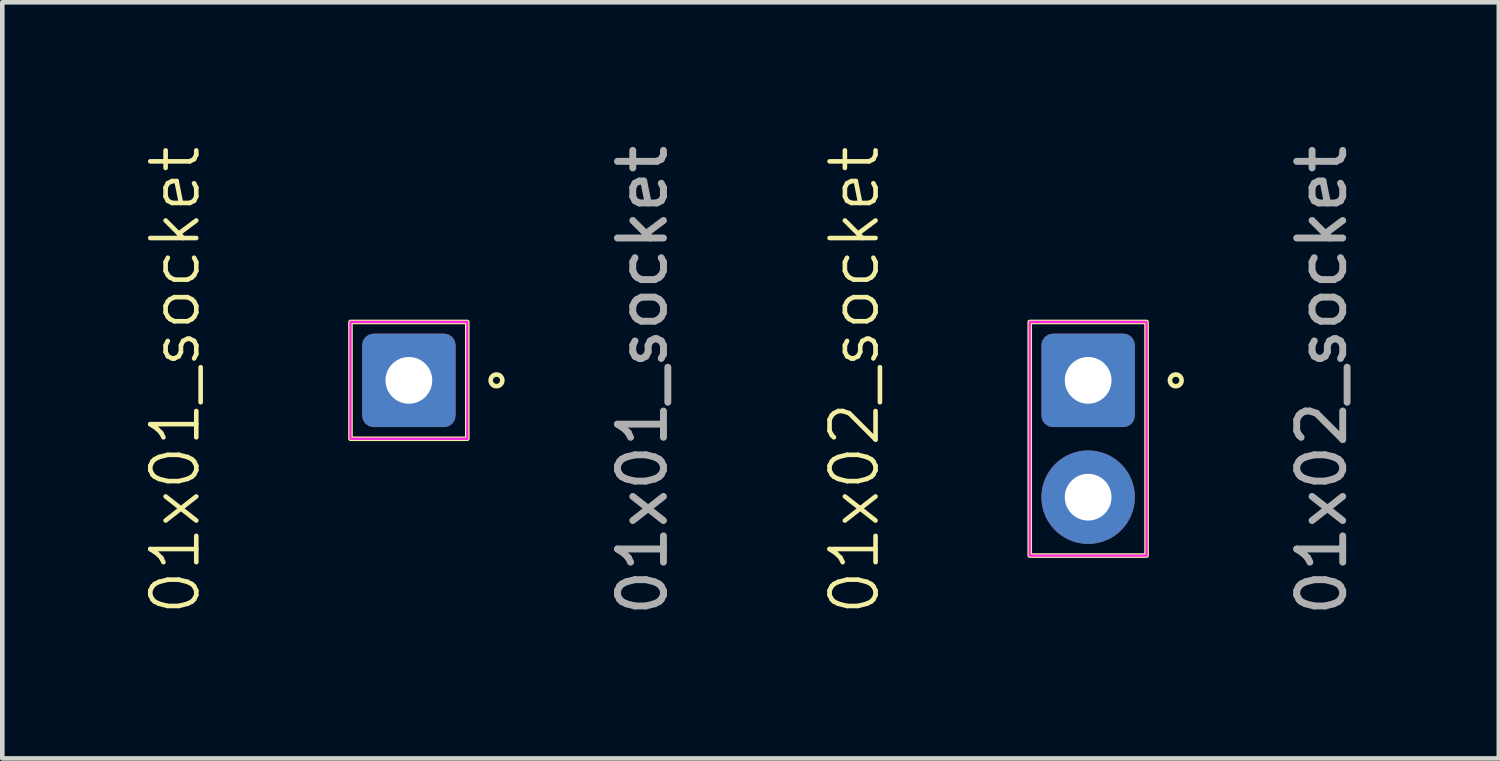
<source format=kicad_pcb>
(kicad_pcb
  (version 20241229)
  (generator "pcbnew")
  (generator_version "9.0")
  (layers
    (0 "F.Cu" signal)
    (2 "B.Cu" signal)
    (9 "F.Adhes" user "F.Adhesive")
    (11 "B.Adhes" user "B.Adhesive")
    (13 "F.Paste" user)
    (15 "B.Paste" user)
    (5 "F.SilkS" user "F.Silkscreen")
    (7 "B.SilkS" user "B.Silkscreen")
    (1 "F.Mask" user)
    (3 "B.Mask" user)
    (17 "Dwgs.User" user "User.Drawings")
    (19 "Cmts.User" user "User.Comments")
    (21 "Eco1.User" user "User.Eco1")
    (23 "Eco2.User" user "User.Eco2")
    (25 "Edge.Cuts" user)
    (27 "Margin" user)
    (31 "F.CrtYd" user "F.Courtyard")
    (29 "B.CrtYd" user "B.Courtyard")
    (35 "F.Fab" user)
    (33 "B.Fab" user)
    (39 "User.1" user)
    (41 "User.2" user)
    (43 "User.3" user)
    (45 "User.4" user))
  (footprint "01x02_socket"
    (layer "F.Cu")
    (at 20.609 5.22)
    (property "Reference" "01x02_socket" (at -5.08 0 90) (unlocked yes) (layer "F.SilkS") (effects (font (size 1 1) (thickness 0.1))))
    (attr through_hole)
    (fp_rect (start -1.27 -1.27) (end 1.27 3.81) (stroke (width 0.1) (type default)) (fill no) (layer "F.SilkS"))
    (fp_circle (center 1.905 0) (end 2.032 0) (stroke (width 0.1) (type solid)) (fill no) (layer "F.SilkS"))
    (fp_rect (start -1.27 -1.27) (end 1.27 3.81) (stroke (width 0.05) (type default)) (fill no) (layer "F.CrtYd"))
    (fp_text user "${REFERENCE}" (at 5.08 0 90) (unlocked yes) (layer "F.Fab") (effects (font (size 1 1) (thickness 0.15))))
    (pad "1" thru_hole roundrect (at 0 0) (size 2.032 2.032) (drill 1.016) (layers "*.Cu" "*.Mask") (roundrect_rratio 0.123))
    (pad "2" thru_hole circle (at 0 2.54) (size 2.032 2.032) (drill 1.016) (layers "*.Cu" "*.Mask")))
  (footprint "01x01_socket"
    (layer "F.Cu")
    (at 5.84 5.22)
    (property "Reference" "01x01_socket" (at -5.08 0 90) (unlocked yes) (layer "F.SilkS") (effects (font (size 1 1) (thickness 0.1))))
    (attr through_hole)
    (fp_rect (start -1.27 -1.27) (end 1.27 1.27) (stroke (width 0.1) (type default)) (fill no) (layer "F.SilkS"))
    (fp_circle (center 1.905 0) (end 2.032 0) (stroke (width 0.1) (type solid)) (fill no) (layer "F.SilkS"))
    (fp_rect (start -1.27 -1.27) (end 1.27 1.27) (stroke (width 0.05) (type default)) (fill no) (layer "F.CrtYd"))
    (fp_text user "${REFERENCE}" (at 5.08 0 90) (unlocked yes) (layer "F.Fab") (effects (font (size 1 1) (thickness 0.15))))
    (pad "1" thru_hole roundrect (at 0 0) (size 2.032 2.032) (drill 1.016) (layers "*.Cu" "*.Mask") (roundrect_rratio 0.123)))
  (gr_rect
    (start -3 -3)
    (end 29.538 13.44)
    (stroke (width 0.1) (type default))
    (fill no)
    (layer "Edge.Cuts")))
</source>
